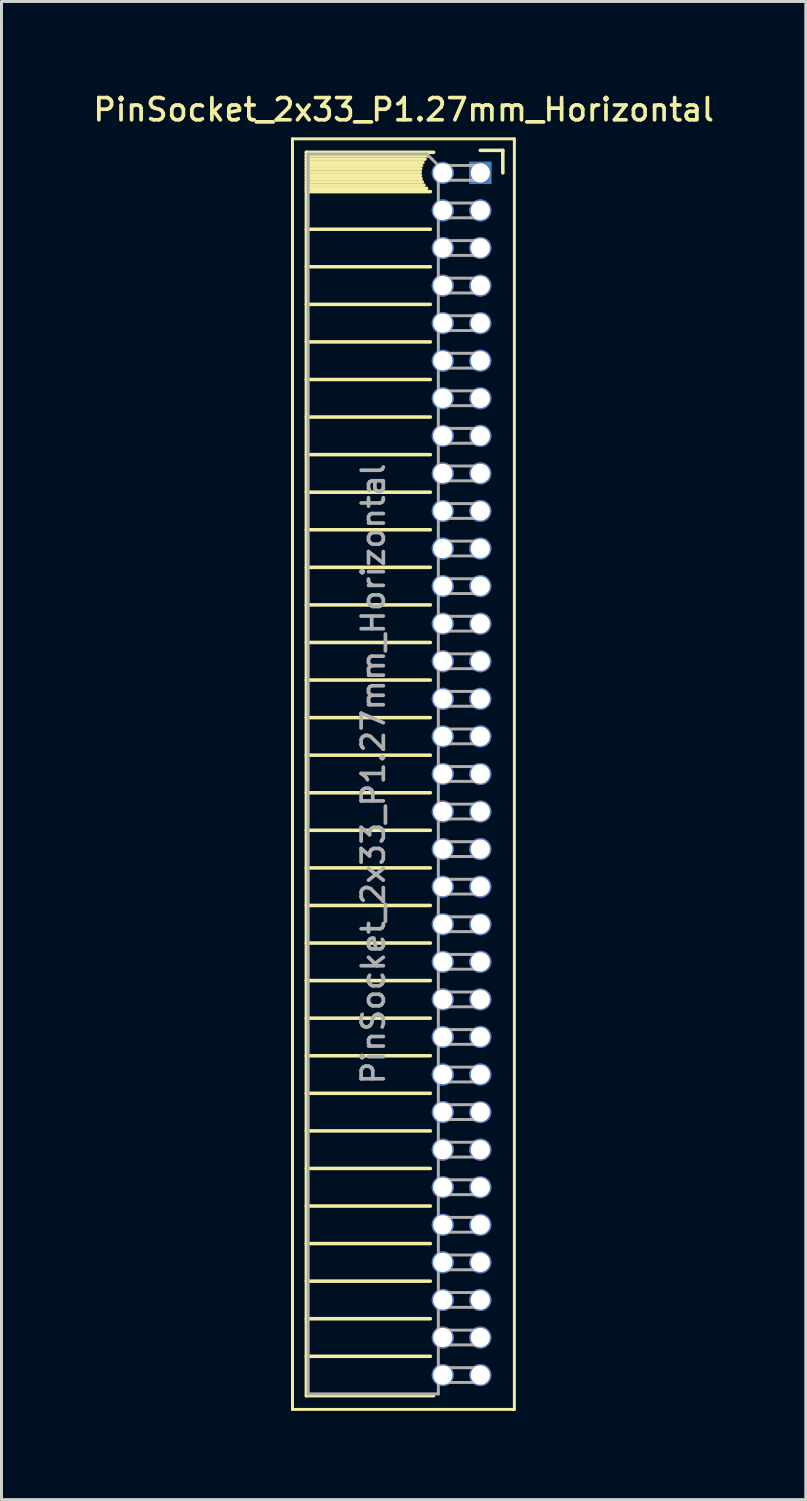
<source format=kicad_pcb>
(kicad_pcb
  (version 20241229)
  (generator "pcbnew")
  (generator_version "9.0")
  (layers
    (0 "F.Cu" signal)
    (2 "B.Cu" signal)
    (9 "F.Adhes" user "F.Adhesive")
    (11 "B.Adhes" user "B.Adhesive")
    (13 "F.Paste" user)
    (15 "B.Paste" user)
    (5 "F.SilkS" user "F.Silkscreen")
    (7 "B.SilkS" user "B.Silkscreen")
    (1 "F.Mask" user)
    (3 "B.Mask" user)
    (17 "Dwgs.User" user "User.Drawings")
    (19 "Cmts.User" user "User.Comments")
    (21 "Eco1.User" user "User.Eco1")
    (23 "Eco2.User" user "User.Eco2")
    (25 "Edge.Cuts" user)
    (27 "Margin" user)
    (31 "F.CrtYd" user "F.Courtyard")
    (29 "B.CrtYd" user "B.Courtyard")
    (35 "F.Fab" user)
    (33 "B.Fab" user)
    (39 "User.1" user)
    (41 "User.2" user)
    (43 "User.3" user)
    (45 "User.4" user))
  (footprint "PinSocket_2x33_P1.27mm_Horizontal"
    (layer "F.Cu")
    (at 13.187 2.793)
    (property "Reference" "PinSocket_2x33_P1.27mm_Horizontal" (at -2.592 -2.135 0) (layer "F.SilkS") (effects (font (size 0.75 0.75) (thickness 0.125))))
    (attr through_hole)
    (fp_line (start -6.35 -1.15) (end -6.35 41.8) (stroke (width 0.1) (type solid)) (layer "F.SilkS"))
    (fp_line (start -6.35 41.8) (end 1.15 41.8) (stroke (width 0.1) (type solid)) (layer "F.SilkS"))
    (fp_line (start -5.88 -0.695) (end -5.88 41.335) (stroke (width 0.12) (type solid)) (layer "F.SilkS"))
    (fp_line (start -5.88 -0.695) (end -1.578 -0.695) (stroke (width 0.12) (type solid)) (layer "F.SilkS"))
    (fp_line (start -5.88 -0.575) (end -1.767 -0.575) (stroke (width 0.12) (type solid)) (layer "F.SilkS"))
    (fp_line (start -5.88 -0.465) (end -1.871 -0.465) (stroke (width 0.12) (type solid)) (layer "F.SilkS"))
    (fp_line (start -5.88 -0.355) (end -1.942 -0.355) (stroke (width 0.12) (type solid)) (layer "F.SilkS"))
    (fp_line (start -5.88 -0.245) (end -1.989 -0.245) (stroke (width 0.12) (type solid)) (layer "F.SilkS"))
    (fp_line (start -5.88 -0.135) (end -2.018 -0.135) (stroke (width 0.12) (type solid)) (layer "F.SilkS"))
    (fp_line (start -5.88 -0.025) (end -2.03 -0.025) (stroke (width 0.12) (type solid)) (layer "F.SilkS"))
    (fp_line (start -5.88 0.085) (end -2.025 0.085) (stroke (width 0.12) (type solid)) (layer "F.SilkS"))
    (fp_line (start -5.88 0.195) (end -2.005 0.195) (stroke (width 0.12) (type solid)) (layer "F.SilkS"))
    (fp_line (start -5.88 0.305) (end -1.966 0.305) (stroke (width 0.12) (type solid)) (layer "F.SilkS"))
    (fp_line (start -5.88 0.415) (end -1.907 0.415) (stroke (width 0.12) (type solid)) (layer "F.SilkS"))
    (fp_line (start -5.88 0.525) (end -1.82 0.525) (stroke (width 0.12) (type solid)) (layer "F.SilkS"))
    (fp_line (start -5.88 0.635) (end -1.688 0.635) (stroke (width 0.12) (type solid)) (layer "F.SilkS"))
    (fp_line (start -5.88 1.905) (end -1.688 1.905) (stroke (width 0.12) (type solid)) (layer "F.SilkS"))
    (fp_line (start -5.88 3.175) (end -1.688 3.175) (stroke (width 0.12) (type solid)) (layer "F.SilkS"))
    (fp_line (start -5.88 4.445) (end -1.688 4.445) (stroke (width 0.12) (type solid)) (layer "F.SilkS"))
    (fp_line (start -5.88 5.715) (end -1.688 5.715) (stroke (width 0.12) (type solid)) (layer "F.SilkS"))
    (fp_line (start -5.88 6.985) (end -1.688 6.985) (stroke (width 0.12) (type solid)) (layer "F.SilkS"))
    (fp_line (start -5.88 8.255) (end -1.688 8.255) (stroke (width 0.12) (type solid)) (layer "F.SilkS"))
    (fp_line (start -5.88 9.525) (end -1.688 9.525) (stroke (width 0.12) (type solid)) (layer "F.SilkS"))
    (fp_line (start -5.88 10.795) (end -1.688 10.795) (stroke (width 0.12) (type solid)) (layer "F.SilkS"))
    (fp_line (start -5.88 12.065) (end -1.688 12.065) (stroke (width 0.12) (type solid)) (layer "F.SilkS"))
    (fp_line (start -5.88 13.335) (end -1.688 13.335) (stroke (width 0.12) (type solid)) (layer "F.SilkS"))
    (fp_line (start -5.88 14.605) (end -1.688 14.605) (stroke (width 0.12) (type solid)) (layer "F.SilkS"))
    (fp_line (start -5.88 15.875) (end -1.688 15.875) (stroke (width 0.12) (type solid)) (layer "F.SilkS"))
    (fp_line (start -5.88 17.145) (end -1.688 17.145) (stroke (width 0.12) (type solid)) (layer "F.SilkS"))
    (fp_line (start -5.88 18.415) (end -1.688 18.415) (stroke (width 0.12) (type solid)) (layer "F.SilkS"))
    (fp_line (start -5.88 19.685) (end -1.688 19.685) (stroke (width 0.12) (type solid)) (layer "F.SilkS"))
    (fp_line (start -5.88 20.955) (end -1.688 20.955) (stroke (width 0.12) (type solid)) (layer "F.SilkS"))
    (fp_line (start -5.88 22.225) (end -1.688 22.225) (stroke (width 0.12) (type solid)) (layer "F.SilkS"))
    (fp_line (start -5.88 23.495) (end -1.688 23.495) (stroke (width 0.12) (type solid)) (layer "F.SilkS"))
    (fp_line (start -5.88 24.765) (end -1.688 24.765) (stroke (width 0.12) (type solid)) (layer "F.SilkS"))
    (fp_line (start -5.88 26.035) (end -1.688 26.035) (stroke (width 0.12) (type solid)) (layer "F.SilkS"))
    (fp_line (start -5.88 27.305) (end -1.688 27.305) (stroke (width 0.12) (type solid)) (layer "F.SilkS"))
    (fp_line (start -5.88 28.575) (end -1.688 28.575) (stroke (width 0.12) (type solid)) (layer "F.SilkS"))
    (fp_line (start -5.88 29.845) (end -1.688 29.845) (stroke (width 0.12) (type solid)) (layer "F.SilkS"))
    (fp_line (start -5.88 31.115) (end -1.688 31.115) (stroke (width 0.12) (type solid)) (layer "F.SilkS"))
    (fp_line (start -5.88 32.385) (end -1.688 32.385) (stroke (width 0.12) (type solid)) (layer "F.SilkS"))
    (fp_line (start -5.88 33.655) (end -1.688 33.655) (stroke (width 0.12) (type solid)) (layer "F.SilkS"))
    (fp_line (start -5.88 34.925) (end -1.688 34.925) (stroke (width 0.12) (type solid)) (layer "F.SilkS"))
    (fp_line (start -5.88 36.195) (end -1.688 36.195) (stroke (width 0.12) (type solid)) (layer "F.SilkS"))
    (fp_line (start -5.88 37.465) (end -1.688 37.465) (stroke (width 0.12) (type solid)) (layer "F.SilkS"))
    (fp_line (start -5.88 38.735) (end -1.688 38.735) (stroke (width 0.12) (type solid)) (layer "F.SilkS"))
    (fp_line (start -5.88 40.005) (end -1.688 40.005) (stroke (width 0.12) (type solid)) (layer "F.SilkS"))
    (fp_line (start -5.88 41.335) (end -1.578 41.335) (stroke (width 0.12) (type solid)) (layer "F.SilkS"))
    (fp_line (start 0 -0.76) (end 0.76 -0.76) (stroke (width 0.12) (type solid)) (layer "F.SilkS"))
    (fp_line (start 0.76 -0.76) (end 0.76 0) (stroke (width 0.12) (type solid)) (layer "F.SilkS"))
    (fp_line (start 1.15 -1.15) (end -6.35 -1.15) (stroke (width 0.1) (type solid)) (layer "F.SilkS"))
    (fp_line (start 1.15 41.8) (end 1.15 -1.15) (stroke (width 0.1) (type solid)) (layer "F.SilkS"))
    (fp_line (start -5.82 -0.635) (end -1.805 -0.635) (stroke (width 0.1) (type solid)) (layer "F.Fab"))
    (fp_line (start -5.82 41.275) (end -5.82 -0.635) (stroke (width 0.1) (type solid)) (layer "F.Fab"))
    (fp_line (start -1.805 -0.635) (end -1.42 -0.25) (stroke (width 0.1) (type solid)) (layer "F.Fab"))
    (fp_line (start -1.42 -0.25) (end -1.42 41.275) (stroke (width 0.1) (type solid)) (layer "F.Fab"))
    (fp_line (start -1.42 0.25) (end 0 0.25) (stroke (width 0.1) (type solid)) (layer "F.Fab"))
    (fp_line (start -1.42 1.52) (end 0 1.52) (stroke (width 0.1) (type solid)) (layer "F.Fab"))
    (fp_line (start -1.42 2.79) (end 0 2.79) (stroke (width 0.1) (type solid)) (layer "F.Fab"))
    (fp_line (start -1.42 4.06) (end 0 4.06) (stroke (width 0.1) (type solid)) (layer "F.Fab"))
    (fp_line (start -1.42 5.33) (end 0 5.33) (stroke (width 0.1) (type solid)) (layer "F.Fab"))
    (fp_line (start -1.42 6.6) (end 0 6.6) (stroke (width 0.1) (type solid)) (layer "F.Fab"))
    (fp_line (start -1.42 7.87) (end 0 7.87) (stroke (width 0.1) (type solid)) (layer "F.Fab"))
    (fp_line (start -1.42 9.14) (end 0 9.14) (stroke (width 0.1) (type solid)) (layer "F.Fab"))
    (fp_line (start -1.42 10.41) (end 0 10.41) (stroke (width 0.1) (type solid)) (layer "F.Fab"))
    (fp_line (start -1.42 11.68) (end 0 11.68) (stroke (width 0.1) (type solid)) (layer "F.Fab"))
    (fp_line (start -1.42 12.95) (end 0 12.95) (stroke (width 0.1) (type solid)) (layer "F.Fab"))
    (fp_line (start -1.42 14.22) (end 0 14.22) (stroke (width 0.1) (type solid)) (layer "F.Fab"))
    (fp_line (start -1.42 15.49) (end 0 15.49) (stroke (width 0.1) (type solid)) (layer "F.Fab"))
    (fp_line (start -1.42 16.76) (end 0 16.76) (stroke (width 0.1) (type solid)) (layer "F.Fab"))
    (fp_line (start -1.42 18.03) (end 0 18.03) (stroke (width 0.1) (type solid)) (layer "F.Fab"))
    (fp_line (start -1.42 19.3) (end 0 19.3) (stroke (width 0.1) (type solid)) (layer "F.Fab"))
    (fp_line (start -1.42 20.57) (end 0 20.57) (stroke (width 0.1) (type solid)) (layer "F.Fab"))
    (fp_line (start -1.42 21.84) (end 0 21.84) (stroke (width 0.1) (type solid)) (layer "F.Fab"))
    (fp_line (start -1.42 23.11) (end 0 23.11) (stroke (width 0.1) (type solid)) (layer "F.Fab"))
    (fp_line (start -1.42 24.38) (end 0 24.38) (stroke (width 0.1) (type solid)) (layer "F.Fab"))
    (fp_line (start -1.42 25.65) (end 0 25.65) (stroke (width 0.1) (type solid)) (layer "F.Fab"))
    (fp_line (start -1.42 26.92) (end 0 26.92) (stroke (width 0.1) (type solid)) (layer "F.Fab"))
    (fp_line (start -1.42 28.19) (end 0 28.19) (stroke (width 0.1) (type solid)) (layer "F.Fab"))
    (fp_line (start -1.42 29.46) (end 0 29.46) (stroke (width 0.1) (type solid)) (layer "F.Fab"))
    (fp_line (start -1.42 30.73) (end 0 30.73) (stroke (width 0.1) (type solid)) (layer "F.Fab"))
    (fp_line (start -1.42 32) (end 0 32) (stroke (width 0.1) (type solid)) (layer "F.Fab"))
    (fp_line (start -1.42 33.27) (end 0 33.27) (stroke (width 0.1) (type solid)) (layer "F.Fab"))
    (fp_line (start -1.42 34.54) (end 0 34.54) (stroke (width 0.1) (type solid)) (layer "F.Fab"))
    (fp_line (start -1.42 35.81) (end 0 35.81) (stroke (width 0.1) (type solid)) (layer "F.Fab"))
    (fp_line (start -1.42 37.08) (end 0 37.08) (stroke (width 0.1) (type solid)) (layer "F.Fab"))
    (fp_line (start -1.42 38.35) (end 0 38.35) (stroke (width 0.1) (type solid)) (layer "F.Fab"))
    (fp_line (start -1.42 39.62) (end 0 39.62) (stroke (width 0.1) (type solid)) (layer "F.Fab"))
    (fp_line (start -1.42 40.89) (end 0 40.89) (stroke (width 0.1) (type solid)) (layer "F.Fab"))
    (fp_line (start -1.42 41.275) (end -5.82 41.275) (stroke (width 0.1) (type solid)) (layer "F.Fab"))
    (fp_line (start 0 -0.25) (end -1.42 -0.25) (stroke (width 0.1) (type solid)) (layer "F.Fab"))
    (fp_line (start 0 0.25) (end 0 -0.25) (stroke (width 0.1) (type solid)) (layer "F.Fab"))
    (fp_line (start 0 1.02) (end -1.42 1.02) (stroke (width 0.1) (type solid)) (layer "F.Fab"))
    (fp_line (start 0 1.52) (end 0 1.02) (stroke (width 0.1) (type solid)) (layer "F.Fab"))
    (fp_line (start 0 2.29) (end -1.42 2.29) (stroke (width 0.1) (type solid)) (layer "F.Fab"))
    (fp_line (start 0 2.79) (end 0 2.29) (stroke (width 0.1) (type solid)) (layer "F.Fab"))
    (fp_line (start 0 3.56) (end -1.42 3.56) (stroke (width 0.1) (type solid)) (layer "F.Fab"))
    (fp_line (start 0 4.06) (end 0 3.56) (stroke (width 0.1) (type solid)) (layer "F.Fab"))
    (fp_line (start 0 4.83) (end -1.42 4.83) (stroke (width 0.1) (type solid)) (layer "F.Fab"))
    (fp_line (start 0 5.33) (end 0 4.83) (stroke (width 0.1) (type solid)) (layer "F.Fab"))
    (fp_line (start 0 6.1) (end -1.42 6.1) (stroke (width 0.1) (type solid)) (layer "F.Fab"))
    (fp_line (start 0 6.6) (end 0 6.1) (stroke (width 0.1) (type solid)) (layer "F.Fab"))
    (fp_line (start 0 7.37) (end -1.42 7.37) (stroke (width 0.1) (type solid)) (layer "F.Fab"))
    (fp_line (start 0 7.87) (end 0 7.37) (stroke (width 0.1) (type solid)) (layer "F.Fab"))
    (fp_line (start 0 8.64) (end -1.42 8.64) (stroke (width 0.1) (type solid)) (layer "F.Fab"))
    (fp_line (start 0 9.14) (end 0 8.64) (stroke (width 0.1) (type solid)) (layer "F.Fab"))
    (fp_line (start 0 9.91) (end -1.42 9.91) (stroke (width 0.1) (type solid)) (layer "F.Fab"))
    (fp_line (start 0 10.41) (end 0 9.91) (stroke (width 0.1) (type solid)) (layer "F.Fab"))
    (fp_line (start 0 11.18) (end -1.42 11.18) (stroke (width 0.1) (type solid)) (layer "F.Fab"))
    (fp_line (start 0 11.68) (end 0 11.18) (stroke (width 0.1) (type solid)) (layer "F.Fab"))
    (fp_line (start 0 12.45) (end -1.42 12.45) (stroke (width 0.1) (type solid)) (layer "F.Fab"))
    (fp_line (start 0 12.95) (end 0 12.45) (stroke (width 0.1) (type solid)) (layer "F.Fab"))
    (fp_line (start 0 13.72) (end -1.42 13.72) (stroke (width 0.1) (type solid)) (layer "F.Fab"))
    (fp_line (start 0 14.22) (end 0 13.72) (stroke (width 0.1) (type solid)) (layer "F.Fab"))
    (fp_line (start 0 14.99) (end -1.42 14.99) (stroke (width 0.1) (type solid)) (layer "F.Fab"))
    (fp_line (start 0 15.49) (end 0 14.99) (stroke (width 0.1) (type solid)) (layer "F.Fab"))
    (fp_line (start 0 16.26) (end -1.42 16.26) (stroke (width 0.1) (type solid)) (layer "F.Fab"))
    (fp_line (start 0 16.76) (end 0 16.26) (stroke (width 0.1) (type solid)) (layer "F.Fab"))
    (fp_line (start 0 17.53) (end -1.42 17.53) (stroke (width 0.1) (type solid)) (layer "F.Fab"))
    (fp_line (start 0 18.03) (end 0 17.53) (stroke (width 0.1) (type solid)) (layer "F.Fab"))
    (fp_line (start 0 18.8) (end -1.42 18.8) (stroke (width 0.1) (type solid)) (layer "F.Fab"))
    (fp_line (start 0 19.3) (end 0 18.8) (stroke (width 0.1) (type solid)) (layer "F.Fab"))
    (fp_line (start 0 20.07) (end -1.42 20.07) (stroke (width 0.1) (type solid)) (layer "F.Fab"))
    (fp_line (start 0 20.57) (end 0 20.07) (stroke (width 0.1) (type solid)) (layer "F.Fab"))
    (fp_line (start 0 21.34) (end -1.42 21.34) (stroke (width 0.1) (type solid)) (layer "F.Fab"))
    (fp_line (start 0 21.84) (end 0 21.34) (stroke (width 0.1) (type solid)) (layer "F.Fab"))
    (fp_line (start 0 22.61) (end -1.42 22.61) (stroke (width 0.1) (type solid)) (layer "F.Fab"))
    (fp_line (start 0 23.11) (end 0 22.61) (stroke (width 0.1) (type solid)) (layer "F.Fab"))
    (fp_line (start 0 23.88) (end -1.42 23.88) (stroke (width 0.1) (type solid)) (layer "F.Fab"))
    (fp_line (start 0 24.38) (end 0 23.88) (stroke (width 0.1) (type solid)) (layer "F.Fab"))
    (fp_line (start 0 25.15) (end -1.42 25.15) (stroke (width 0.1) (type solid)) (layer "F.Fab"))
    (fp_line (start 0 25.65) (end 0 25.15) (stroke (width 0.1) (type solid)) (layer "F.Fab"))
    (fp_line (start 0 26.42) (end -1.42 26.42) (stroke (width 0.1) (type solid)) (layer "F.Fab"))
    (fp_line (start 0 26.92) (end 0 26.42) (stroke (width 0.1) (type solid)) (layer "F.Fab"))
    (fp_line (start 0 27.69) (end -1.42 27.69) (stroke (width 0.1) (type solid)) (layer "F.Fab"))
    (fp_line (start 0 28.19) (end 0 27.69) (stroke (width 0.1) (type solid)) (layer "F.Fab"))
    (fp_line (start 0 28.96) (end -1.42 28.96) (stroke (width 0.1) (type solid)) (layer "F.Fab"))
    (fp_line (start 0 29.46) (end 0 28.96) (stroke (width 0.1) (type solid)) (layer "F.Fab"))
    (fp_line (start 0 30.23) (end -1.42 30.23) (stroke (width 0.1) (type solid)) (layer "F.Fab"))
    (fp_line (start 0 30.73) (end 0 30.23) (stroke (width 0.1) (type solid)) (layer "F.Fab"))
    (fp_line (start 0 31.5) (end -1.42 31.5) (stroke (width 0.1) (type solid)) (layer "F.Fab"))
    (fp_line (start 0 32) (end 0 31.5) (stroke (width 0.1) (type solid)) (layer "F.Fab"))
    (fp_line (start 0 32.77) (end -1.42 32.77) (stroke (width 0.1) (type solid)) (layer "F.Fab"))
    (fp_line (start 0 33.27) (end 0 32.77) (stroke (width 0.1) (type solid)) (layer "F.Fab"))
    (fp_line (start 0 34.04) (end -1.42 34.04) (stroke (width 0.1) (type solid)) (layer "F.Fab"))
    (fp_line (start 0 34.54) (end 0 34.04) (stroke (width 0.1) (type solid)) (layer "F.Fab"))
    (fp_line (start 0 35.31) (end -1.42 35.31) (stroke (width 0.1) (type solid)) (layer "F.Fab"))
    (fp_line (start 0 35.81) (end 0 35.31) (stroke (width 0.1) (type solid)) (layer "F.Fab"))
    (fp_line (start 0 36.58) (end -1.42 36.58) (stroke (width 0.1) (type solid)) (layer "F.Fab"))
    (fp_line (start 0 37.08) (end 0 36.58) (stroke (width 0.1) (type solid)) (layer "F.Fab"))
    (fp_line (start 0 37.85) (end -1.42 37.85) (stroke (width 0.1) (type solid)) (layer "F.Fab"))
    (fp_line (start 0 38.35) (end 0 37.85) (stroke (width 0.1) (type solid)) (layer "F.Fab"))
    (fp_line (start 0 39.12) (end -1.42 39.12) (stroke (width 0.1) (type solid)) (layer "F.Fab"))
    (fp_line (start 0 39.62) (end 0 39.12) (stroke (width 0.1) (type solid)) (layer "F.Fab"))
    (fp_line (start 0 40.39) (end -1.42 40.39) (stroke (width 0.1) (type solid)) (layer "F.Fab"))
    (fp_line (start 0 40.89) (end 0 40.39) (stroke (width 0.1) (type solid)) (layer "F.Fab"))
    (fp_text user "${REFERENCE}" (at -3.62 20.32 90) (layer "F.Fab") (effects (font (size 0.75 0.75) (thickness 0.125))))
    (pad "1" thru_hole rect (at 0 0) (size 0.75 0.75) (drill 0.65) (layers "*.Cu" "*.Mask"))
    (pad "2" thru_hole oval (at -1.27 0) (size 0.75 0.75) (drill 0.65) (layers "*.Cu" "*.Mask"))
    (pad "3" thru_hole oval (at 0 1.27) (size 0.75 0.75) (drill 0.65) (layers "*.Cu" "*.Mask"))
    (pad "4" thru_hole oval (at -1.27 1.27) (size 0.75 0.75) (drill 0.65) (layers "*.Cu" "*.Mask"))
    (pad "5" thru_hole oval (at 0 2.54) (size 0.75 0.75) (drill 0.65) (layers "*.Cu" "*.Mask"))
    (pad "6" thru_hole oval (at -1.27 2.54) (size 0.75 0.75) (drill 0.65) (layers "*.Cu" "*.Mask"))
    (pad "7" thru_hole oval (at 0 3.81) (size 0.75 0.75) (drill 0.65) (layers "*.Cu" "*.Mask"))
    (pad "8" thru_hole oval (at -1.27 3.81) (size 0.75 0.75) (drill 0.65) (layers "*.Cu" "*.Mask"))
    (pad "9" thru_hole oval (at 0 5.08) (size 0.75 0.75) (drill 0.65) (layers "*.Cu" "*.Mask"))
    (pad "10" thru_hole oval (at -1.27 5.08) (size 0.75 0.75) (drill 0.65) (layers "*.Cu" "*.Mask"))
    (pad "11" thru_hole oval (at 0 6.35) (size 0.75 0.75) (drill 0.65) (layers "*.Cu" "*.Mask"))
    (pad "12" thru_hole oval (at -1.27 6.35) (size 0.75 0.75) (drill 0.65) (layers "*.Cu" "*.Mask"))
    (pad "13" thru_hole oval (at 0 7.62) (size 0.75 0.75) (drill 0.65) (layers "*.Cu" "*.Mask"))
    (pad "14" thru_hole oval (at -1.27 7.62) (size 0.75 0.75) (drill 0.65) (layers "*.Cu" "*.Mask"))
    (pad "15" thru_hole oval (at 0 8.89) (size 0.75 0.75) (drill 0.65) (layers "*.Cu" "*.Mask"))
    (pad "16" thru_hole oval (at -1.27 8.89) (size 0.75 0.75) (drill 0.65) (layers "*.Cu" "*.Mask"))
    (pad "17" thru_hole oval (at 0 10.16) (size 0.75 0.75) (drill 0.65) (layers "*.Cu" "*.Mask"))
    (pad "18" thru_hole oval (at -1.27 10.16) (size 0.75 0.75) (drill 0.65) (layers "*.Cu" "*.Mask"))
    (pad "19" thru_hole oval (at 0 11.43) (size 0.75 0.75) (drill 0.65) (layers "*.Cu" "*.Mask"))
    (pad "20" thru_hole oval (at -1.27 11.43) (size 0.75 0.75) (drill 0.65) (layers "*.Cu" "*.Mask"))
    (pad "21" thru_hole oval (at 0 12.7) (size 0.75 0.75) (drill 0.65) (layers "*.Cu" "*.Mask"))
    (pad "22" thru_hole oval (at -1.27 12.7) (size 0.75 0.75) (drill 0.65) (layers "*.Cu" "*.Mask"))
    (pad "23" thru_hole oval (at 0 13.97) (size 0.75 0.75) (drill 0.65) (layers "*.Cu" "*.Mask"))
    (pad "24" thru_hole oval (at -1.27 13.97) (size 0.75 0.75) (drill 0.65) (layers "*.Cu" "*.Mask"))
    (pad "25" thru_hole oval (at 0 15.24) (size 0.75 0.75) (drill 0.65) (layers "*.Cu" "*.Mask"))
    (pad "26" thru_hole oval (at -1.27 15.24) (size 0.75 0.75) (drill 0.65) (layers "*.Cu" "*.Mask"))
    (pad "27" thru_hole oval (at 0 16.51) (size 0.75 0.75) (drill 0.65) (layers "*.Cu" "*.Mask"))
    (pad "28" thru_hole oval (at -1.27 16.51) (size 0.75 0.75) (drill 0.65) (layers "*.Cu" "*.Mask"))
    (pad "29" thru_hole oval (at 0 17.78) (size 0.75 0.75) (drill 0.65) (layers "*.Cu" "*.Mask"))
    (pad "30" thru_hole oval (at -1.27 17.78) (size 0.75 0.75) (drill 0.65) (layers "*.Cu" "*.Mask"))
    (pad "31" thru_hole oval (at 0 19.05) (size 0.75 0.75) (drill 0.65) (layers "*.Cu" "*.Mask"))
    (pad "32" thru_hole oval (at -1.27 19.05) (size 0.75 0.75) (drill 0.65) (layers "*.Cu" "*.Mask"))
    (pad "33" thru_hole oval (at 0 20.32) (size 0.75 0.75) (drill 0.65) (layers "*.Cu" "*.Mask"))
    (pad "34" thru_hole oval (at -1.27 20.32) (size 0.75 0.75) (drill 0.65) (layers "*.Cu" "*.Mask"))
    (pad "35" thru_hole oval (at 0 21.59) (size 0.75 0.75) (drill 0.65) (layers "*.Cu" "*.Mask"))
    (pad "36" thru_hole oval (at -1.27 21.59) (size 0.75 0.75) (drill 0.65) (layers "*.Cu" "*.Mask"))
    (pad "37" thru_hole oval (at 0 22.86) (size 0.75 0.75) (drill 0.65) (layers "*.Cu" "*.Mask"))
    (pad "38" thru_hole oval (at -1.27 22.86) (size 0.75 0.75) (drill 0.65) (layers "*.Cu" "*.Mask"))
    (pad "39" thru_hole oval (at 0 24.13) (size 0.75 0.75) (drill 0.65) (layers "*.Cu" "*.Mask"))
    (pad "40" thru_hole oval (at -1.27 24.13) (size 0.75 0.75) (drill 0.65) (layers "*.Cu" "*.Mask"))
    (pad "41" thru_hole oval (at 0 25.4) (size 0.75 0.75) (drill 0.65) (layers "*.Cu" "*.Mask"))
    (pad "42" thru_hole oval (at -1.27 25.4) (size 0.75 0.75) (drill 0.65) (layers "*.Cu" "*.Mask"))
    (pad "43" thru_hole oval (at 0 26.67) (size 0.75 0.75) (drill 0.65) (layers "*.Cu" "*.Mask"))
    (pad "44" thru_hole oval (at -1.27 26.67) (size 0.75 0.75) (drill 0.65) (layers "*.Cu" "*.Mask"))
    (pad "45" thru_hole oval (at 0 27.94) (size 0.75 0.75) (drill 0.65) (layers "*.Cu" "*.Mask"))
    (pad "46" thru_hole oval (at -1.27 27.94) (size 0.75 0.75) (drill 0.65) (layers "*.Cu" "*.Mask"))
    (pad "47" thru_hole oval (at 0 29.21) (size 0.75 0.75) (drill 0.65) (layers "*.Cu" "*.Mask"))
    (pad "48" thru_hole oval (at -1.27 29.21) (size 0.75 0.75) (drill 0.65) (layers "*.Cu" "*.Mask"))
    (pad "49" thru_hole oval (at 0 30.48) (size 0.75 0.75) (drill 0.65) (layers "*.Cu" "*.Mask"))
    (pad "50" thru_hole oval (at -1.27 30.48) (size 0.75 0.75) (drill 0.65) (layers "*.Cu" "*.Mask"))
    (pad "51" thru_hole oval (at 0 31.75) (size 0.75 0.75) (drill 0.65) (layers "*.Cu" "*.Mask"))
    (pad "52" thru_hole oval (at -1.27 31.75) (size 0.75 0.75) (drill 0.65) (layers "*.Cu" "*.Mask"))
    (pad "53" thru_hole oval (at 0 33.02) (size 0.75 0.75) (drill 0.65) (layers "*.Cu" "*.Mask"))
    (pad "54" thru_hole oval (at -1.27 33.02) (size 0.75 0.75) (drill 0.65) (layers "*.Cu" "*.Mask"))
    (pad "55" thru_hole oval (at 0 34.29) (size 0.75 0.75) (drill 0.65) (layers "*.Cu" "*.Mask"))
    (pad "56" thru_hole oval (at -1.27 34.29) (size 0.75 0.75) (drill 0.65) (layers "*.Cu" "*.Mask"))
    (pad "57" thru_hole oval (at 0 35.56) (size 0.75 0.75) (drill 0.65) (layers "*.Cu" "*.Mask"))
    (pad "58" thru_hole oval (at -1.27 35.56) (size 0.75 0.75) (drill 0.65) (layers "*.Cu" "*.Mask"))
    (pad "59" thru_hole oval (at 0 36.83) (size 0.75 0.75) (drill 0.65) (layers "*.Cu" "*.Mask"))
    (pad "60" thru_hole oval (at -1.27 36.83) (size 0.75 0.75) (drill 0.65) (layers "*.Cu" "*.Mask"))
    (pad "61" thru_hole oval (at 0 38.1) (size 0.75 0.75) (drill 0.65) (layers "*.Cu" "*.Mask"))
    (pad "62" thru_hole oval (at -1.27 38.1) (size 0.75 0.75) (drill 0.65) (layers "*.Cu" "*.Mask"))
    (pad "63" thru_hole oval (at 0 39.37) (size 0.75 0.75) (drill 0.65) (layers "*.Cu" "*.Mask"))
    (pad "64" thru_hole oval (at -1.27 39.37) (size 0.75 0.75) (drill 0.65) (layers "*.Cu" "*.Mask"))
    (pad "65" thru_hole oval (at 0 40.64) (size 0.75 0.75) (drill 0.65) (layers "*.Cu" "*.Mask"))
    (pad "66" thru_hole oval (at -1.27 40.64) (size 0.75 0.75) (drill 0.65) (layers "*.Cu" "*.Mask")))
  (gr_rect
    (start -3 -3)
    (end 24.189 47.643)
    (stroke (width 0.1) (type default))
    (fill no)
    (layer "Edge.Cuts")))
</source>
